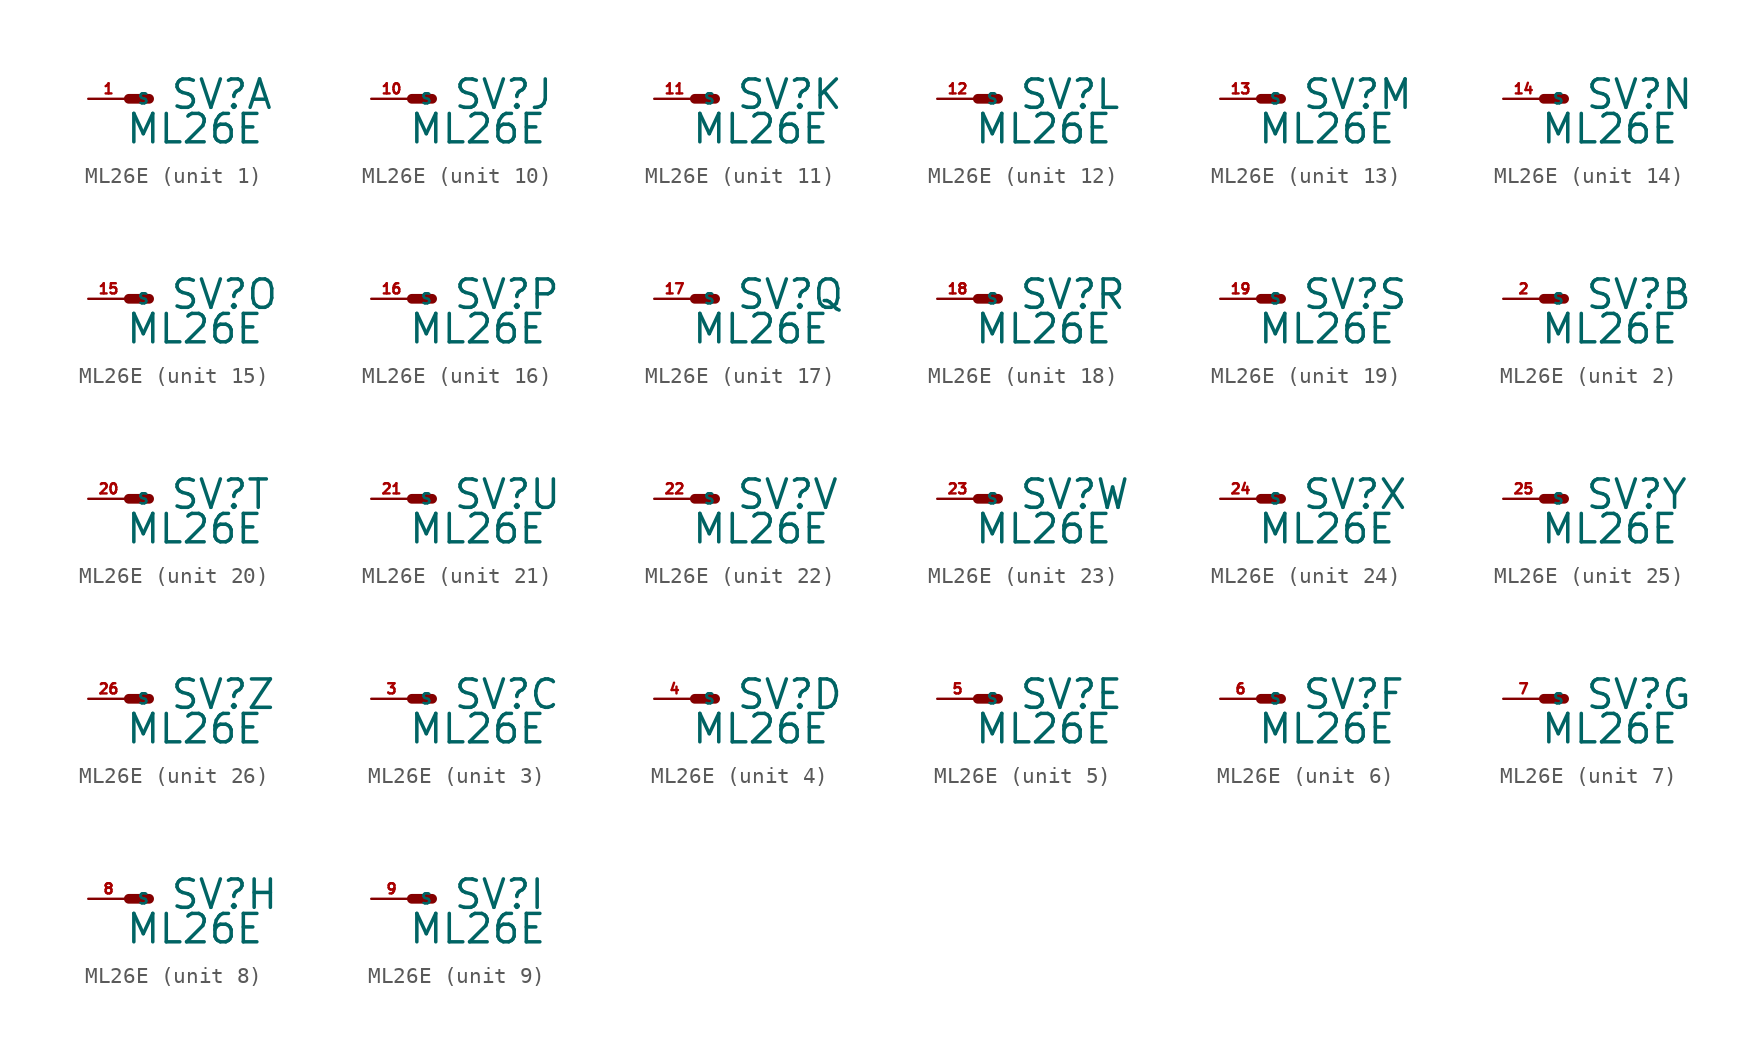
<source format=kicad_sym>
(kicad_symbol_lib
  (version 20220914)
  (generator Eagle2Kicad)
  (symbol "ML26E"
    (property "Reference" "SV"
      (at 2.54 -0.762 0)
      (effects (font (size 1.778 1.778) (thickness 0.22)) (justify left bottom)))
    (property "Value" "ML26E"
      (at -0.254 -2.921 0)
      (effects (font (size 1.778 1.778) (thickness 0.22)) (justify left bottom)))
    (symbol "ML26E_1_0"
      (polyline (pts (xy 1.27 0) (xy 0 0)) (stroke (width 0.61) (type default)) (fill (type none)))
      (pin passive line (at -2.54 0 0) (length 2.54) (name "S" (effects (font (size 0.635 0.635) (thickness 0.08)) (justify left bottom))) (number "1" (effects (font (size 0.635 0.635) (thickness 0.08)) (justify left bottom)))))
    (symbol "ML26E_2_0"
      (polyline (pts (xy 1.27 0) (xy 0 0)) (stroke (width 0.61) (type default)) (fill (type none)))
      (pin passive line (at -2.54 0 0) (length 2.54) (name "S" (effects (font (size 0.635 0.635) (thickness 0.08)) (justify left bottom))) (number "2" (effects (font (size 0.635 0.635) (thickness 0.08)) (justify left bottom)))))
    (symbol "ML26E_3_0"
      (polyline (pts (xy 1.27 0) (xy 0 0)) (stroke (width 0.61) (type default)) (fill (type none)))
      (pin passive line (at -2.54 0 0) (length 2.54) (name "S" (effects (font (size 0.635 0.635) (thickness 0.08)) (justify left bottom))) (number "3" (effects (font (size 0.635 0.635) (thickness 0.08)) (justify left bottom)))))
    (symbol "ML26E_4_0"
      (polyline (pts (xy 1.27 0) (xy 0 0)) (stroke (width 0.61) (type default)) (fill (type none)))
      (pin passive line (at -2.54 0 0) (length 2.54) (name "S" (effects (font (size 0.635 0.635) (thickness 0.08)) (justify left bottom))) (number "4" (effects (font (size 0.635 0.635) (thickness 0.08)) (justify left bottom)))))
    (symbol "ML26E_5_0"
      (polyline (pts (xy 1.27 0) (xy 0 0)) (stroke (width 0.61) (type default)) (fill (type none)))
      (pin passive line (at -2.54 0 0) (length 2.54) (name "S" (effects (font (size 0.635 0.635) (thickness 0.08)) (justify left bottom))) (number "5" (effects (font (size 0.635 0.635) (thickness 0.08)) (justify left bottom)))))
    (symbol "ML26E_6_0"
      (polyline (pts (xy 1.27 0) (xy 0 0)) (stroke (width 0.61) (type default)) (fill (type none)))
      (pin passive line (at -2.54 0 0) (length 2.54) (name "S" (effects (font (size 0.635 0.635) (thickness 0.08)) (justify left bottom))) (number "6" (effects (font (size 0.635 0.635) (thickness 0.08)) (justify left bottom)))))
    (symbol "ML26E_7_0"
      (polyline (pts (xy 1.27 0) (xy 0 0)) (stroke (width 0.61) (type default)) (fill (type none)))
      (pin passive line (at -2.54 0 0) (length 2.54) (name "S" (effects (font (size 0.635 0.635) (thickness 0.08)) (justify left bottom))) (number "7" (effects (font (size 0.635 0.635) (thickness 0.08)) (justify left bottom)))))
    (symbol "ML26E_8_0"
      (polyline (pts (xy 1.27 0) (xy 0 0)) (stroke (width 0.61) (type default)) (fill (type none)))
      (pin passive line (at -2.54 0 0) (length 2.54) (name "S" (effects (font (size 0.635 0.635) (thickness 0.08)) (justify left bottom))) (number "8" (effects (font (size 0.635 0.635) (thickness 0.08)) (justify left bottom)))))
    (symbol "ML26E_9_0"
      (polyline (pts (xy 1.27 0) (xy 0 0)) (stroke (width 0.61) (type default)) (fill (type none)))
      (pin passive line (at -2.54 0 0) (length 2.54) (name "S" (effects (font (size 0.635 0.635) (thickness 0.08)) (justify left bottom))) (number "9" (effects (font (size 0.635 0.635) (thickness 0.08)) (justify left bottom)))))
    (symbol "ML26E_10_0"
      (polyline (pts (xy 1.27 0) (xy 0 0)) (stroke (width 0.61) (type default)) (fill (type none)))
      (pin passive line (at -2.54 0 0) (length 2.54) (name "S" (effects (font (size 0.635 0.635) (thickness 0.08)) (justify left bottom))) (number "10" (effects (font (size 0.635 0.635) (thickness 0.08)) (justify left bottom)))))
    (symbol "ML26E_11_0"
      (polyline (pts (xy 1.27 0) (xy 0 0)) (stroke (width 0.61) (type default)) (fill (type none)))
      (pin passive line (at -2.54 0 0) (length 2.54) (name "S" (effects (font (size 0.635 0.635) (thickness 0.08)) (justify left bottom))) (number "11" (effects (font (size 0.635 0.635) (thickness 0.08)) (justify left bottom)))))
    (symbol "ML26E_12_0"
      (polyline (pts (xy 1.27 0) (xy 0 0)) (stroke (width 0.61) (type default)) (fill (type none)))
      (pin passive line (at -2.54 0 0) (length 2.54) (name "S" (effects (font (size 0.635 0.635) (thickness 0.08)) (justify left bottom))) (number "12" (effects (font (size 0.635 0.635) (thickness 0.08)) (justify left bottom)))))
    (symbol "ML26E_13_0"
      (polyline (pts (xy 1.27 0) (xy 0 0)) (stroke (width 0.61) (type default)) (fill (type none)))
      (pin passive line (at -2.54 0 0) (length 2.54) (name "S" (effects (font (size 0.635 0.635) (thickness 0.08)) (justify left bottom))) (number "13" (effects (font (size 0.635 0.635) (thickness 0.08)) (justify left bottom)))))
    (symbol "ML26E_14_0"
      (polyline (pts (xy 1.27 0) (xy 0 0)) (stroke (width 0.61) (type default)) (fill (type none)))
      (pin passive line (at -2.54 0 0) (length 2.54) (name "S" (effects (font (size 0.635 0.635) (thickness 0.08)) (justify left bottom))) (number "14" (effects (font (size 0.635 0.635) (thickness 0.08)) (justify left bottom)))))
    (symbol "ML26E_15_0"
      (polyline (pts (xy 1.27 0) (xy 0 0)) (stroke (width 0.61) (type default)) (fill (type none)))
      (pin passive line (at -2.54 0 0) (length 2.54) (name "S" (effects (font (size 0.635 0.635) (thickness 0.08)) (justify left bottom))) (number "15" (effects (font (size 0.635 0.635) (thickness 0.08)) (justify left bottom)))))
    (symbol "ML26E_16_0"
      (polyline (pts (xy 1.27 0) (xy 0 0)) (stroke (width 0.61) (type default)) (fill (type none)))
      (pin passive line (at -2.54 0 0) (length 2.54) (name "S" (effects (font (size 0.635 0.635) (thickness 0.08)) (justify left bottom))) (number "16" (effects (font (size 0.635 0.635) (thickness 0.08)) (justify left bottom)))))
    (symbol "ML26E_17_0"
      (polyline (pts (xy 1.27 0) (xy 0 0)) (stroke (width 0.61) (type default)) (fill (type none)))
      (pin passive line (at -2.54 0 0) (length 2.54) (name "S" (effects (font (size 0.635 0.635) (thickness 0.08)) (justify left bottom))) (number "17" (effects (font (size 0.635 0.635) (thickness 0.08)) (justify left bottom)))))
    (symbol "ML26E_18_0"
      (polyline (pts (xy 1.27 0) (xy 0 0)) (stroke (width 0.61) (type default)) (fill (type none)))
      (pin passive line (at -2.54 0 0) (length 2.54) (name "S" (effects (font (size 0.635 0.635) (thickness 0.08)) (justify left bottom))) (number "18" (effects (font (size 0.635 0.635) (thickness 0.08)) (justify left bottom)))))
    (symbol "ML26E_19_0"
      (polyline (pts (xy 1.27 0) (xy 0 0)) (stroke (width 0.61) (type default)) (fill (type none)))
      (pin passive line (at -2.54 0 0) (length 2.54) (name "S" (effects (font (size 0.635 0.635) (thickness 0.08)) (justify left bottom))) (number "19" (effects (font (size 0.635 0.635) (thickness 0.08)) (justify left bottom)))))
    (symbol "ML26E_20_0"
      (polyline (pts (xy 1.27 0) (xy 0 0)) (stroke (width 0.61) (type default)) (fill (type none)))
      (pin passive line (at -2.54 0 0) (length 2.54) (name "S" (effects (font (size 0.635 0.635) (thickness 0.08)) (justify left bottom))) (number "20" (effects (font (size 0.635 0.635) (thickness 0.08)) (justify left bottom)))))
    (symbol "ML26E_21_0"
      (polyline (pts (xy 1.27 0) (xy 0 0)) (stroke (width 0.61) (type default)) (fill (type none)))
      (pin passive line (at -2.54 0 0) (length 2.54) (name "S" (effects (font (size 0.635 0.635) (thickness 0.08)) (justify left bottom))) (number "21" (effects (font (size 0.635 0.635) (thickness 0.08)) (justify left bottom)))))
    (symbol "ML26E_22_0"
      (polyline (pts (xy 1.27 0) (xy 0 0)) (stroke (width 0.61) (type default)) (fill (type none)))
      (pin passive line (at -2.54 0 0) (length 2.54) (name "S" (effects (font (size 0.635 0.635) (thickness 0.08)) (justify left bottom))) (number "22" (effects (font (size 0.635 0.635) (thickness 0.08)) (justify left bottom)))))
    (symbol "ML26E_23_0"
      (polyline (pts (xy 1.27 0) (xy 0 0)) (stroke (width 0.61) (type default)) (fill (type none)))
      (pin passive line (at -2.54 0 0) (length 2.54) (name "S" (effects (font (size 0.635 0.635) (thickness 0.08)) (justify left bottom))) (number "23" (effects (font (size 0.635 0.635) (thickness 0.08)) (justify left bottom)))))
    (symbol "ML26E_24_0"
      (polyline (pts (xy 1.27 0) (xy 0 0)) (stroke (width 0.61) (type default)) (fill (type none)))
      (pin passive line (at -2.54 0 0) (length 2.54) (name "S" (effects (font (size 0.635 0.635) (thickness 0.08)) (justify left bottom))) (number "24" (effects (font (size 0.635 0.635) (thickness 0.08)) (justify left bottom)))))
    (symbol "ML26E_25_0"
      (polyline (pts (xy 1.27 0) (xy 0 0)) (stroke (width 0.61) (type default)) (fill (type none)))
      (pin passive line (at -2.54 0 0) (length 2.54) (name "S" (effects (font (size 0.635 0.635) (thickness 0.08)) (justify left bottom))) (number "25" (effects (font (size 0.635 0.635) (thickness 0.08)) (justify left bottom)))))
    (symbol "ML26E_26_0"
      (polyline (pts (xy 1.27 0) (xy 0 0)) (stroke (width 0.61) (type default)) (fill (type none)))
      (pin passive line (at -2.54 0 0) (length 2.54) (name "S" (effects (font (size 0.635 0.635) (thickness 0.08)) (justify left bottom))) (number "26" (effects (font (size 0.635 0.635) (thickness 0.08)) (justify left bottom)))))))
</source>
